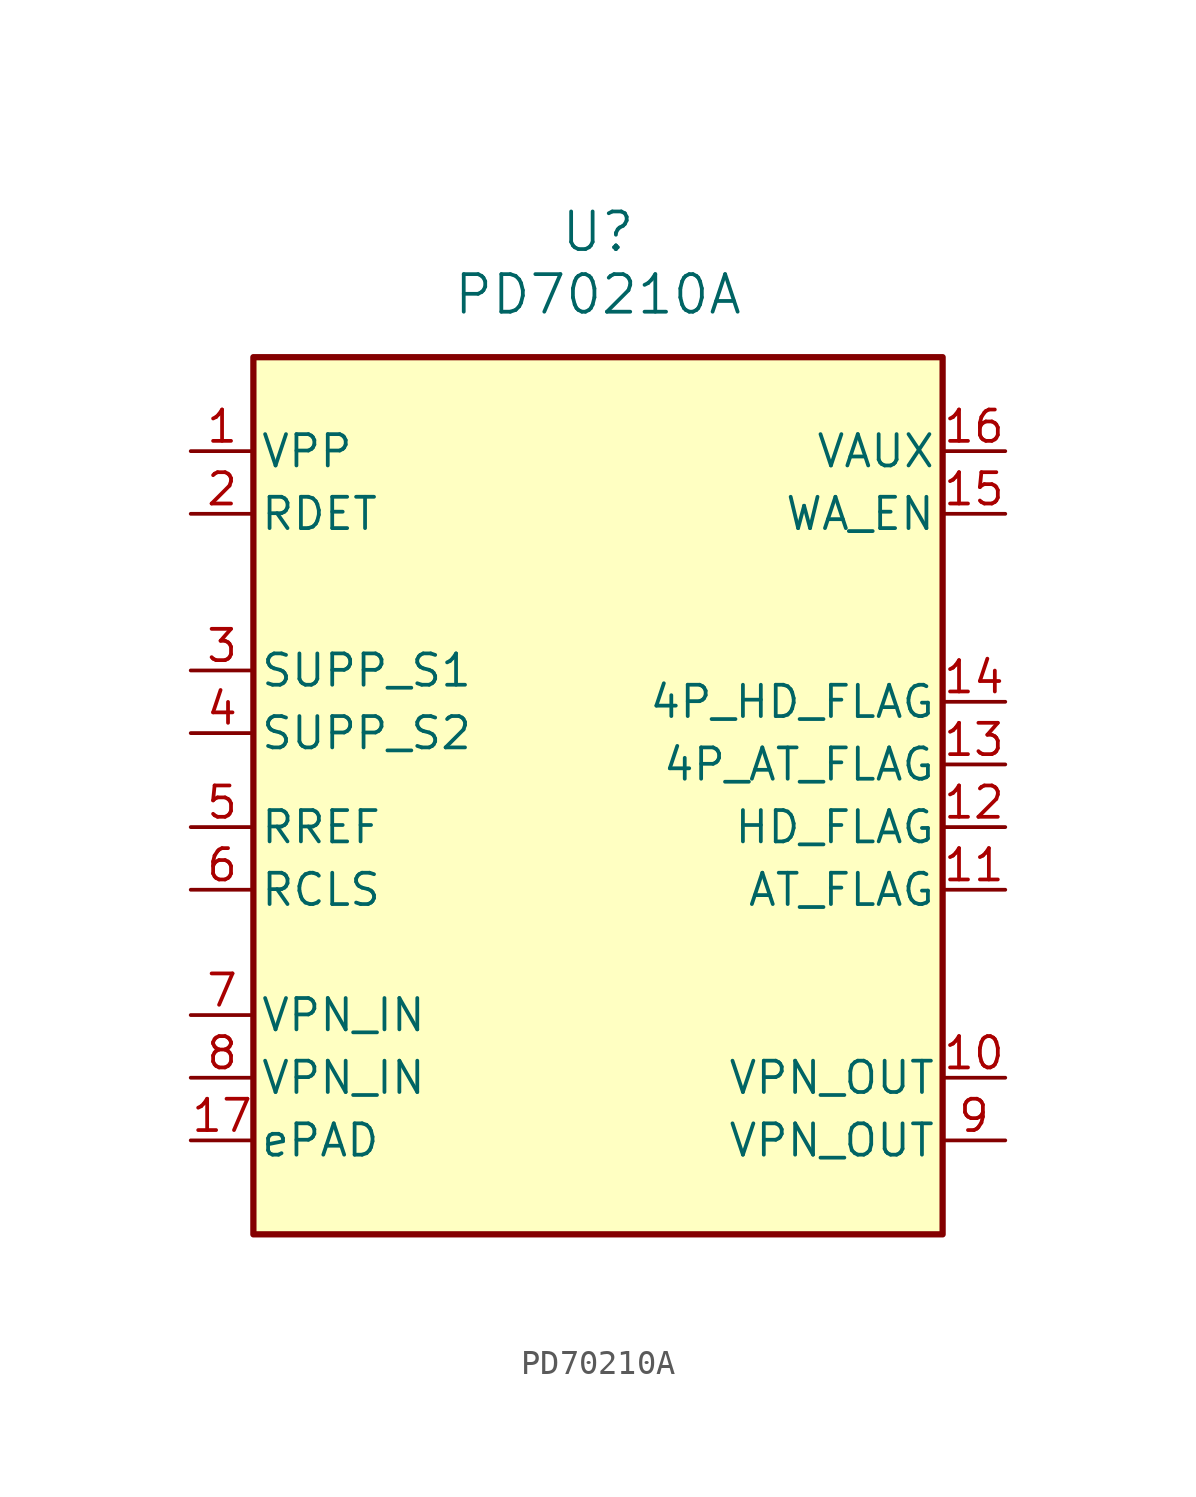
<source format=kicad_sym>
(kicad_symbol_lib
  (version 20220914)
  (generator kicad_symbol_editor)
  (symbol "PD70210A"
    (pin_names
      (offset 0.254))
    (property "Reference" "U"
      (at 0 22.86 0)
      (effects (font (size 1.524 1.524))))
    (property "Value" "PD70210A"
      (at 0 20.32 0)
      (effects (font (size 1.524 1.524))))
    (symbol "PD70210A_1_1"
      (rectangle (start -13.97 17.78) (end 13.97 -17.78) (stroke (width 0.254) (type default)) (fill (type background)))
      (pin power_in line (at -16.51 13.97 0) (length 2.54) (name "VPP" (effects (font (size 1.27 1.27)))) (number "1" (effects (font (size 1.27 1.27)))))
      (pin power_out line (at 16.51 -11.43 180) (length 2.54) (name "VPN_OUT" (effects (font (size 1.27 1.27)))) (number "10" (effects (font (size 1.27 1.27)))))
      (pin output line (at 16.51 -3.81 180) (length 2.54) (name "AT_FLAG" (effects (font (size 1.27 1.27)))) (number "11" (effects (font (size 1.27 1.27)))))
      (pin output line (at 16.51 -1.27 180) (length 2.54) (name "HD_FLAG" (effects (font (size 1.27 1.27)))) (number "12" (effects (font (size 1.27 1.27)))))
      (pin output line (at 16.51 1.27 180) (length 2.54) (name "4P_AT_FLAG" (effects (font (size 1.27 1.27)))) (number "13" (effects (font (size 1.27 1.27)))))
      (pin output line (at 16.51 3.81 180) (length 2.54) (name "4P_HD_FLAG" (effects (font (size 1.27 1.27)))) (number "14" (effects (font (size 1.27 1.27)))))
      (pin input line (at 16.51 11.43 180) (length 2.54) (name "WA_EN" (effects (font (size 1.27 1.27)))) (number "15" (effects (font (size 1.27 1.27)))))
      (pin power_out line (at 16.51 13.97 180) (length 2.54) (name "VAUX" (effects (font (size 1.27 1.27)))) (number "16" (effects (font (size 1.27 1.27)))))
      (pin power_out line (at -16.51 -13.97 0) (length 2.54) (name "ePAD" (effects (font (size 1.27 1.27)))) (number "17" (effects (font (size 1.27 1.27)))))
      (pin unspecified line (at -16.51 11.43 0) (length 2.54) (name "RDET" (effects (font (size 1.27 1.27)))) (number "2" (effects (font (size 1.27 1.27)))))
      (pin input line (at -16.51 5.08 0) (length 2.54) (name "SUPP_S1" (effects (font (size 1.27 1.27)))) (number "3" (effects (font (size 1.27 1.27)))))
      (pin input line (at -16.51 2.54 0) (length 2.54) (name "SUPP_S2" (effects (font (size 1.27 1.27)))) (number "4" (effects (font (size 1.27 1.27)))))
      (pin unspecified line (at -16.51 -1.27 0) (length 2.54) (name "RREF" (effects (font (size 1.27 1.27)))) (number "5" (effects (font (size 1.27 1.27)))))
      (pin unspecified line (at -16.51 -3.81 0) (length 2.54) (name "RCLS" (effects (font (size 1.27 1.27)))) (number "6" (effects (font (size 1.27 1.27)))))
      (pin power_in line (at -16.51 -8.89 0) (length 2.54) (name "VPN_IN" (effects (font (size 1.27 1.27)))) (number "7" (effects (font (size 1.27 1.27)))))
      (pin power_in line (at -16.51 -11.43 0) (length 2.54) (name "VPN_IN" (effects (font (size 1.27 1.27)))) (number "8" (effects (font (size 1.27 1.27)))))
      (pin power_out line (at 16.51 -13.97 180) (length 2.54) (name "VPN_OUT" (effects (font (size 1.27 1.27)))) (number "9" (effects (font (size 1.27 1.27))))))))
</source>
